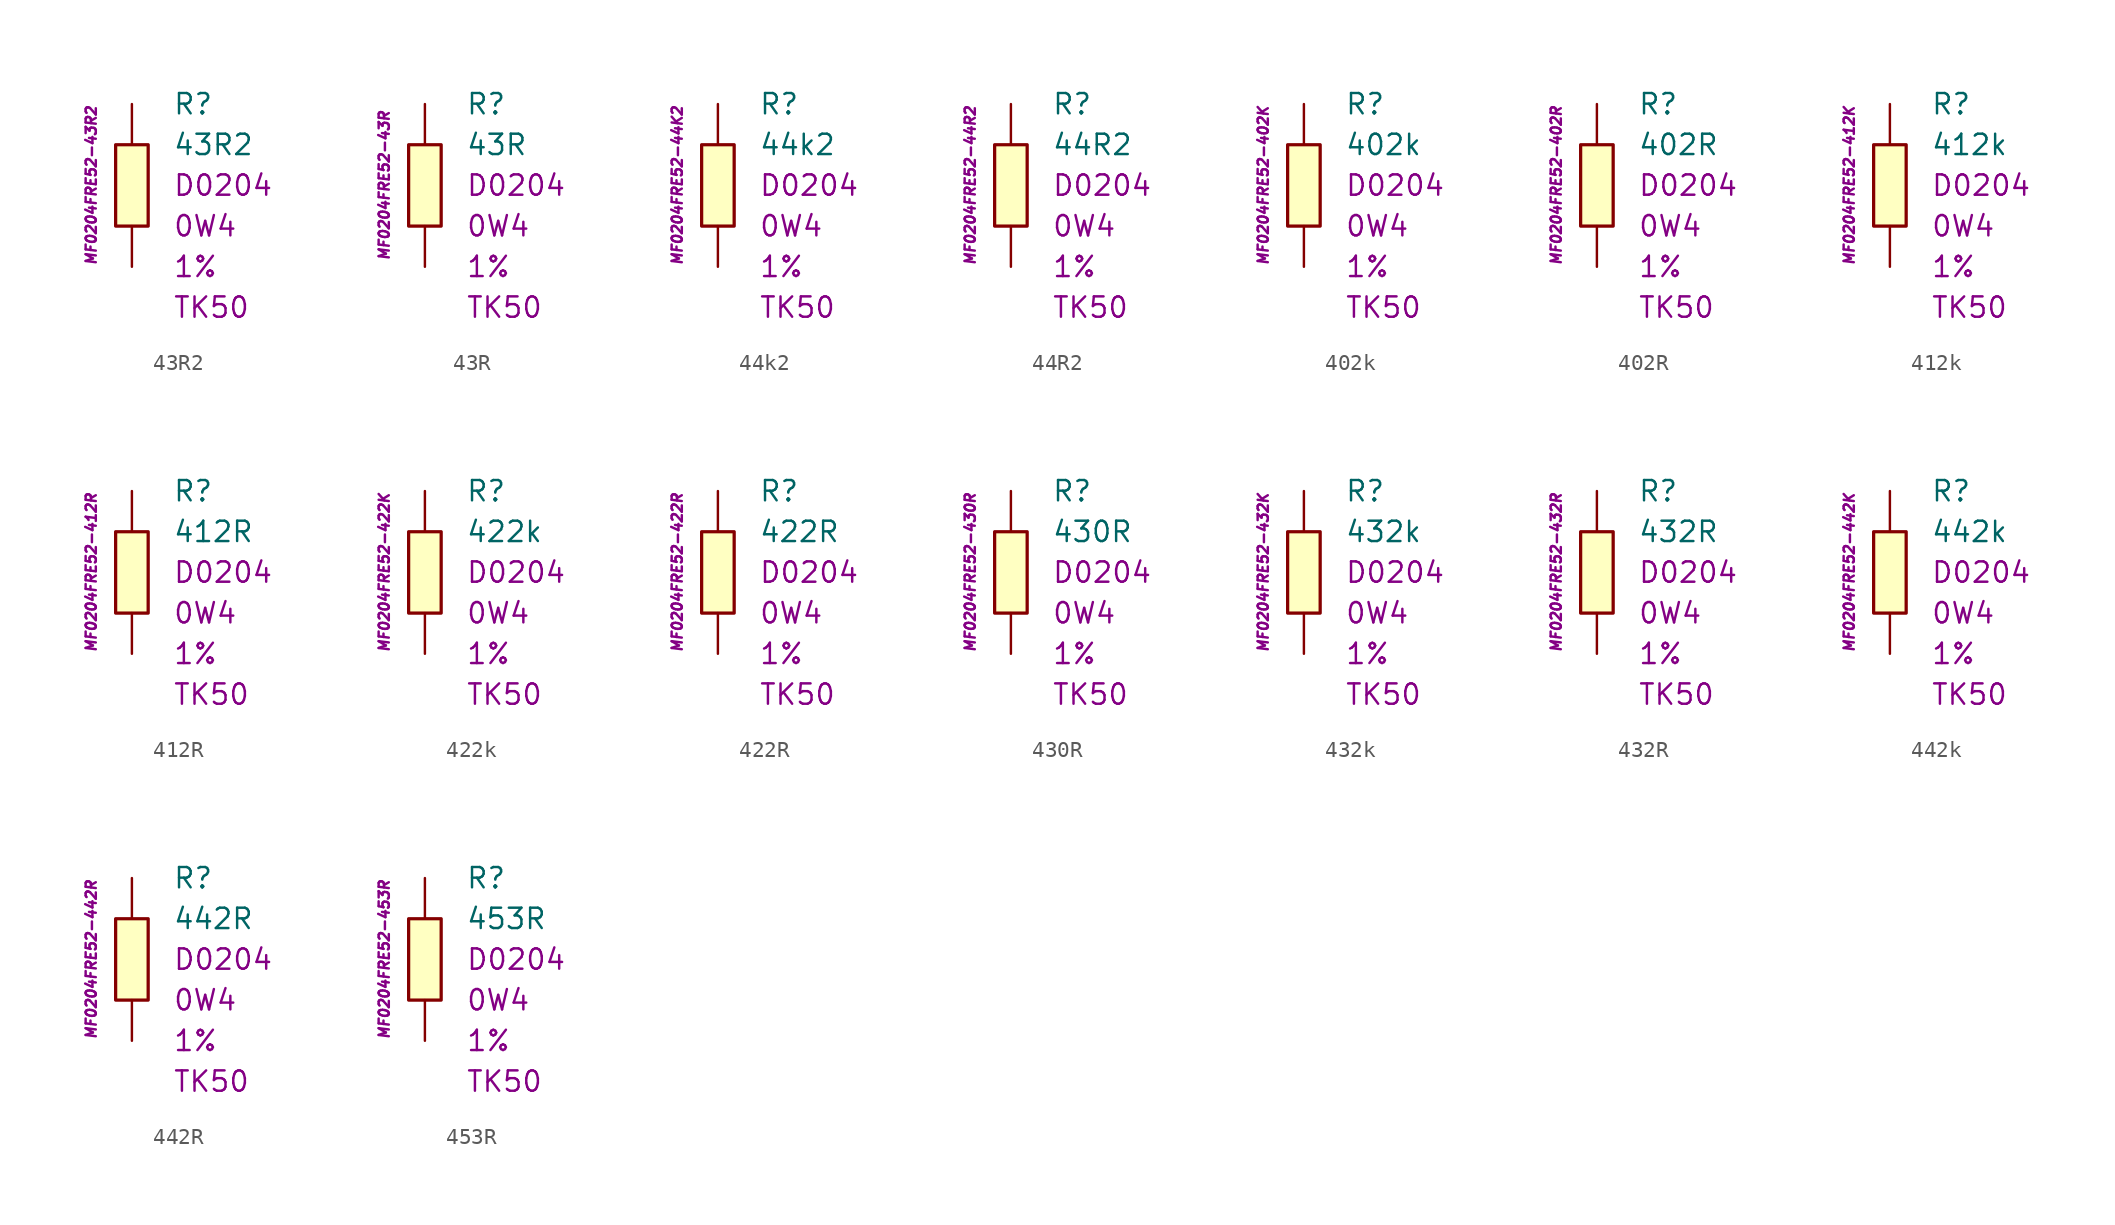
<source format=kicad_sym>
(kicad_symbol_lib
  (version 20201005)
  (generator kicad_symbol_editor)
  (symbol "43R2"
    (pin_numbers hide)
    (pin_names
      (offset 1.016) hide)
    (property "Reference" "R"
      (at 2.54 5.08 0)
      (effects (font (size 1.27 1.27)) (justify left)))
    (property "Value" "43R2"
      (at 2.54 2.54 0)
      (effects (font (size 1.27 1.27)) (justify left)))
    (property "Package" "D0204"
      (at 2.54 0 0)
      (effects (font (size 1.27 1.27)) (justify left)))
    (property "Power" "0W4"
      (at 2.54 -2.54 0)
      (effects (font (size 1.27 1.27)) (justify left)))
    (property "Tolerance" "1%"
      (at 2.54 -5.08 0)
      (effects (font (size 1.27 1.27)) (justify left)))
    (property "TK" "TK50"
      (at 2.54 -7.62 0)
      (effects (font (size 1.27 1.27)) (justify left)))
    (property "ID" "MF0204FRE52-43R2"
      (at -2.54 0 90)
      (effects (font (size 0.635 0.635) italic)))
    (symbol "43R2_0_1"
      (rectangle (start -1.016 2.54) (end 1.016 -2.54) (stroke (width 0.203)) (fill (type background))))
    (symbol "43R2_1_1"
      (pin passive line (at 0 5.08 270) (length 2.54) (name "~" (effects (font (size 1.778 1.778)))) (number "1" (effects (font (size 1.778 1.778)))))
      (pin passive line (at 0 -5.08 90) (length 2.54) (name "~" (effects (font (size 1.778 1.778)))) (number "2" (effects (font (size 1.778 1.778)))))))
  (symbol "43R"
    (pin_numbers hide)
    (pin_names
      (offset 1.016) hide)
    (property "Reference" "R"
      (at 2.54 5.08 0)
      (effects (font (size 1.27 1.27)) (justify left)))
    (property "Value" "43R"
      (at 2.54 2.54 0)
      (effects (font (size 1.27 1.27)) (justify left)))
    (property "Package" "D0204"
      (at 2.54 0 0)
      (effects (font (size 1.27 1.27)) (justify left)))
    (property "Power" "0W4"
      (at 2.54 -2.54 0)
      (effects (font (size 1.27 1.27)) (justify left)))
    (property "Tolerance" "1%"
      (at 2.54 -5.08 0)
      (effects (font (size 1.27 1.27)) (justify left)))
    (property "TK" "TK50"
      (at 2.54 -7.62 0)
      (effects (font (size 1.27 1.27)) (justify left)))
    (property "ID" "MF0204FRE52-43R"
      (at -2.54 0 90)
      (effects (font (size 0.635 0.635) italic)))
    (symbol "43R_0_1"
      (rectangle (start -1.016 2.54) (end 1.016 -2.54) (stroke (width 0.203)) (fill (type background))))
    (symbol "43R_1_1"
      (pin passive line (at 0 5.08 270) (length 2.54) (name "~" (effects (font (size 1.778 1.778)))) (number "1" (effects (font (size 1.778 1.778)))))
      (pin passive line (at 0 -5.08 90) (length 2.54) (name "~" (effects (font (size 1.778 1.778)))) (number "2" (effects (font (size 1.778 1.778)))))))
  (symbol "44k2"
    (pin_numbers hide)
    (pin_names
      (offset 1.016) hide)
    (property "Reference" "R"
      (at 2.54 5.08 0)
      (effects (font (size 1.27 1.27)) (justify left)))
    (property "Value" "44k2"
      (at 2.54 2.54 0)
      (effects (font (size 1.27 1.27)) (justify left)))
    (property "Package" "D0204"
      (at 2.54 0 0)
      (effects (font (size 1.27 1.27)) (justify left)))
    (property "Power" "0W4"
      (at 2.54 -2.54 0)
      (effects (font (size 1.27 1.27)) (justify left)))
    (property "Tolerance" "1%"
      (at 2.54 -5.08 0)
      (effects (font (size 1.27 1.27)) (justify left)))
    (property "TK" "TK50"
      (at 2.54 -7.62 0)
      (effects (font (size 1.27 1.27)) (justify left)))
    (property "ID" "MF0204FRE52-44K2"
      (at -2.54 0 90)
      (effects (font (size 0.635 0.635) italic)))
    (symbol "44k2_0_1"
      (rectangle (start -1.016 2.54) (end 1.016 -2.54) (stroke (width 0.203)) (fill (type background))))
    (symbol "44k2_1_1"
      (pin passive line (at 0 5.08 270) (length 2.54) (name "~" (effects (font (size 1.778 1.778)))) (number "1" (effects (font (size 1.778 1.778)))))
      (pin passive line (at 0 -5.08 90) (length 2.54) (name "~" (effects (font (size 1.778 1.778)))) (number "2" (effects (font (size 1.778 1.778)))))))
  (symbol "44R2"
    (pin_numbers hide)
    (pin_names
      (offset 1.016) hide)
    (property "Reference" "R"
      (at 2.54 5.08 0)
      (effects (font (size 1.27 1.27)) (justify left)))
    (property "Value" "44R2"
      (at 2.54 2.54 0)
      (effects (font (size 1.27 1.27)) (justify left)))
    (property "Package" "D0204"
      (at 2.54 0 0)
      (effects (font (size 1.27 1.27)) (justify left)))
    (property "Power" "0W4"
      (at 2.54 -2.54 0)
      (effects (font (size 1.27 1.27)) (justify left)))
    (property "Tolerance" "1%"
      (at 2.54 -5.08 0)
      (effects (font (size 1.27 1.27)) (justify left)))
    (property "TK" "TK50"
      (at 2.54 -7.62 0)
      (effects (font (size 1.27 1.27)) (justify left)))
    (property "ID" "MF0204FRE52-44R2"
      (at -2.54 0 90)
      (effects (font (size 0.635 0.635) italic)))
    (symbol "44R2_0_1"
      (rectangle (start -1.016 2.54) (end 1.016 -2.54) (stroke (width 0.203)) (fill (type background))))
    (symbol "44R2_1_1"
      (pin passive line (at 0 5.08 270) (length 2.54) (name "~" (effects (font (size 1.778 1.778)))) (number "1" (effects (font (size 1.778 1.778)))))
      (pin passive line (at 0 -5.08 90) (length 2.54) (name "~" (effects (font (size 1.778 1.778)))) (number "2" (effects (font (size 1.778 1.778)))))))
  (symbol "402k"
    (pin_numbers hide)
    (pin_names
      (offset 1.016) hide)
    (property "Reference" "R"
      (at 2.54 5.08 0)
      (effects (font (size 1.27 1.27)) (justify left)))
    (property "Value" "402k"
      (at 2.54 2.54 0)
      (effects (font (size 1.27 1.27)) (justify left)))
    (property "Package" "D0204"
      (at 2.54 0 0)
      (effects (font (size 1.27 1.27)) (justify left)))
    (property "Power" "0W4"
      (at 2.54 -2.54 0)
      (effects (font (size 1.27 1.27)) (justify left)))
    (property "Tolerance" "1%"
      (at 2.54 -5.08 0)
      (effects (font (size 1.27 1.27)) (justify left)))
    (property "TK" "TK50"
      (at 2.54 -7.62 0)
      (effects (font (size 1.27 1.27)) (justify left)))
    (property "ID" "MF0204FRE52-402K"
      (at -2.54 0 90)
      (effects (font (size 0.635 0.635) italic)))
    (symbol "402k_0_1"
      (rectangle (start -1.016 2.54) (end 1.016 -2.54) (stroke (width 0.203)) (fill (type background))))
    (symbol "402k_1_1"
      (pin passive line (at 0 5.08 270) (length 2.54) (name "~" (effects (font (size 1.778 1.778)))) (number "1" (effects (font (size 1.778 1.778)))))
      (pin passive line (at 0 -5.08 90) (length 2.54) (name "~" (effects (font (size 1.778 1.778)))) (number "2" (effects (font (size 1.778 1.778)))))))
  (symbol "402R"
    (pin_numbers hide)
    (pin_names
      (offset 1.016) hide)
    (property "Reference" "R"
      (at 2.54 5.08 0)
      (effects (font (size 1.27 1.27)) (justify left)))
    (property "Value" "402R"
      (at 2.54 2.54 0)
      (effects (font (size 1.27 1.27)) (justify left)))
    (property "Package" "D0204"
      (at 2.54 0 0)
      (effects (font (size 1.27 1.27)) (justify left)))
    (property "Power" "0W4"
      (at 2.54 -2.54 0)
      (effects (font (size 1.27 1.27)) (justify left)))
    (property "Tolerance" "1%"
      (at 2.54 -5.08 0)
      (effects (font (size 1.27 1.27)) (justify left)))
    (property "TK" "TK50"
      (at 2.54 -7.62 0)
      (effects (font (size 1.27 1.27)) (justify left)))
    (property "ID" "MF0204FRE52-402R"
      (at -2.54 0 90)
      (effects (font (size 0.635 0.635) italic)))
    (symbol "402R_0_1"
      (rectangle (start -1.016 2.54) (end 1.016 -2.54) (stroke (width 0.203)) (fill (type background))))
    (symbol "402R_1_1"
      (pin passive line (at 0 5.08 270) (length 2.54) (name "~" (effects (font (size 1.778 1.778)))) (number "1" (effects (font (size 1.778 1.778)))))
      (pin passive line (at 0 -5.08 90) (length 2.54) (name "~" (effects (font (size 1.778 1.778)))) (number "2" (effects (font (size 1.778 1.778)))))))
  (symbol "412k"
    (pin_numbers hide)
    (pin_names
      (offset 1.016) hide)
    (property "Reference" "R"
      (at 2.54 5.08 0)
      (effects (font (size 1.27 1.27)) (justify left)))
    (property "Value" "412k"
      (at 2.54 2.54 0)
      (effects (font (size 1.27 1.27)) (justify left)))
    (property "Package" "D0204"
      (at 2.54 0 0)
      (effects (font (size 1.27 1.27)) (justify left)))
    (property "Power" "0W4"
      (at 2.54 -2.54 0)
      (effects (font (size 1.27 1.27)) (justify left)))
    (property "Tolerance" "1%"
      (at 2.54 -5.08 0)
      (effects (font (size 1.27 1.27)) (justify left)))
    (property "TK" "TK50"
      (at 2.54 -7.62 0)
      (effects (font (size 1.27 1.27)) (justify left)))
    (property "ID" "MF0204FRE52-412K"
      (at -2.54 0 90)
      (effects (font (size 0.635 0.635) italic)))
    (symbol "412k_0_1"
      (rectangle (start -1.016 2.54) (end 1.016 -2.54) (stroke (width 0.203)) (fill (type background))))
    (symbol "412k_1_1"
      (pin passive line (at 0 5.08 270) (length 2.54) (name "~" (effects (font (size 1.778 1.778)))) (number "1" (effects (font (size 1.778 1.778)))))
      (pin passive line (at 0 -5.08 90) (length 2.54) (name "~" (effects (font (size 1.778 1.778)))) (number "2" (effects (font (size 1.778 1.778)))))))
  (symbol "412R"
    (pin_numbers hide)
    (pin_names
      (offset 1.016) hide)
    (property "Reference" "R"
      (at 2.54 5.08 0)
      (effects (font (size 1.27 1.27)) (justify left)))
    (property "Value" "412R"
      (at 2.54 2.54 0)
      (effects (font (size 1.27 1.27)) (justify left)))
    (property "Package" "D0204"
      (at 2.54 0 0)
      (effects (font (size 1.27 1.27)) (justify left)))
    (property "Power" "0W4"
      (at 2.54 -2.54 0)
      (effects (font (size 1.27 1.27)) (justify left)))
    (property "Tolerance" "1%"
      (at 2.54 -5.08 0)
      (effects (font (size 1.27 1.27)) (justify left)))
    (property "TK" "TK50"
      (at 2.54 -7.62 0)
      (effects (font (size 1.27 1.27)) (justify left)))
    (property "ID" "MF0204FRE52-412R"
      (at -2.54 0 90)
      (effects (font (size 0.635 0.635) italic)))
    (symbol "412R_0_1"
      (rectangle (start -1.016 2.54) (end 1.016 -2.54) (stroke (width 0.203)) (fill (type background))))
    (symbol "412R_1_1"
      (pin passive line (at 0 5.08 270) (length 2.54) (name "~" (effects (font (size 1.778 1.778)))) (number "1" (effects (font (size 1.778 1.778)))))
      (pin passive line (at 0 -5.08 90) (length 2.54) (name "~" (effects (font (size 1.778 1.778)))) (number "2" (effects (font (size 1.778 1.778)))))))
  (symbol "422k"
    (pin_numbers hide)
    (pin_names
      (offset 1.016) hide)
    (property "Reference" "R"
      (at 2.54 5.08 0)
      (effects (font (size 1.27 1.27)) (justify left)))
    (property "Value" "422k"
      (at 2.54 2.54 0)
      (effects (font (size 1.27 1.27)) (justify left)))
    (property "Package" "D0204"
      (at 2.54 0 0)
      (effects (font (size 1.27 1.27)) (justify left)))
    (property "Power" "0W4"
      (at 2.54 -2.54 0)
      (effects (font (size 1.27 1.27)) (justify left)))
    (property "Tolerance" "1%"
      (at 2.54 -5.08 0)
      (effects (font (size 1.27 1.27)) (justify left)))
    (property "TK" "TK50"
      (at 2.54 -7.62 0)
      (effects (font (size 1.27 1.27)) (justify left)))
    (property "ID" "MF0204FRE52-422K"
      (at -2.54 0 90)
      (effects (font (size 0.635 0.635) italic)))
    (symbol "422k_0_1"
      (rectangle (start -1.016 2.54) (end 1.016 -2.54) (stroke (width 0.203)) (fill (type background))))
    (symbol "422k_1_1"
      (pin passive line (at 0 5.08 270) (length 2.54) (name "~" (effects (font (size 1.778 1.778)))) (number "1" (effects (font (size 1.778 1.778)))))
      (pin passive line (at 0 -5.08 90) (length 2.54) (name "~" (effects (font (size 1.778 1.778)))) (number "2" (effects (font (size 1.778 1.778)))))))
  (symbol "422R"
    (pin_numbers hide)
    (pin_names
      (offset 1.016) hide)
    (property "Reference" "R"
      (at 2.54 5.08 0)
      (effects (font (size 1.27 1.27)) (justify left)))
    (property "Value" "422R"
      (at 2.54 2.54 0)
      (effects (font (size 1.27 1.27)) (justify left)))
    (property "Package" "D0204"
      (at 2.54 0 0)
      (effects (font (size 1.27 1.27)) (justify left)))
    (property "Power" "0W4"
      (at 2.54 -2.54 0)
      (effects (font (size 1.27 1.27)) (justify left)))
    (property "Tolerance" "1%"
      (at 2.54 -5.08 0)
      (effects (font (size 1.27 1.27)) (justify left)))
    (property "TK" "TK50"
      (at 2.54 -7.62 0)
      (effects (font (size 1.27 1.27)) (justify left)))
    (property "ID" "MF0204FRE52-422R"
      (at -2.54 0 90)
      (effects (font (size 0.635 0.635) italic)))
    (symbol "422R_0_1"
      (rectangle (start -1.016 2.54) (end 1.016 -2.54) (stroke (width 0.203)) (fill (type background))))
    (symbol "422R_1_1"
      (pin passive line (at 0 5.08 270) (length 2.54) (name "~" (effects (font (size 1.778 1.778)))) (number "1" (effects (font (size 1.778 1.778)))))
      (pin passive line (at 0 -5.08 90) (length 2.54) (name "~" (effects (font (size 1.778 1.778)))) (number "2" (effects (font (size 1.778 1.778)))))))
  (symbol "430R"
    (pin_numbers hide)
    (pin_names
      (offset 1.016) hide)
    (property "Reference" "R"
      (at 2.54 5.08 0)
      (effects (font (size 1.27 1.27)) (justify left)))
    (property "Value" "430R"
      (at 2.54 2.54 0)
      (effects (font (size 1.27 1.27)) (justify left)))
    (property "Package" "D0204"
      (at 2.54 0 0)
      (effects (font (size 1.27 1.27)) (justify left)))
    (property "Power" "0W4"
      (at 2.54 -2.54 0)
      (effects (font (size 1.27 1.27)) (justify left)))
    (property "Tolerance" "1%"
      (at 2.54 -5.08 0)
      (effects (font (size 1.27 1.27)) (justify left)))
    (property "TK" "TK50"
      (at 2.54 -7.62 0)
      (effects (font (size 1.27 1.27)) (justify left)))
    (property "ID" "MF0204FRE52-430R"
      (at -2.54 0 90)
      (effects (font (size 0.635 0.635) italic)))
    (symbol "430R_0_1"
      (rectangle (start -1.016 2.54) (end 1.016 -2.54) (stroke (width 0.203)) (fill (type background))))
    (symbol "430R_1_1"
      (pin passive line (at 0 5.08 270) (length 2.54) (name "~" (effects (font (size 1.778 1.778)))) (number "1" (effects (font (size 1.778 1.778)))))
      (pin passive line (at 0 -5.08 90) (length 2.54) (name "~" (effects (font (size 1.778 1.778)))) (number "2" (effects (font (size 1.778 1.778)))))))
  (symbol "432k"
    (pin_numbers hide)
    (pin_names
      (offset 1.016) hide)
    (property "Reference" "R"
      (at 2.54 5.08 0)
      (effects (font (size 1.27 1.27)) (justify left)))
    (property "Value" "432k"
      (at 2.54 2.54 0)
      (effects (font (size 1.27 1.27)) (justify left)))
    (property "Package" "D0204"
      (at 2.54 0 0)
      (effects (font (size 1.27 1.27)) (justify left)))
    (property "Power" "0W4"
      (at 2.54 -2.54 0)
      (effects (font (size 1.27 1.27)) (justify left)))
    (property "Tolerance" "1%"
      (at 2.54 -5.08 0)
      (effects (font (size 1.27 1.27)) (justify left)))
    (property "TK" "TK50"
      (at 2.54 -7.62 0)
      (effects (font (size 1.27 1.27)) (justify left)))
    (property "ID" "MF0204FRE52-432K"
      (at -2.54 0 90)
      (effects (font (size 0.635 0.635) italic)))
    (symbol "432k_0_1"
      (rectangle (start -1.016 2.54) (end 1.016 -2.54) (stroke (width 0.203)) (fill (type background))))
    (symbol "432k_1_1"
      (pin passive line (at 0 5.08 270) (length 2.54) (name "~" (effects (font (size 1.778 1.778)))) (number "1" (effects (font (size 1.778 1.778)))))
      (pin passive line (at 0 -5.08 90) (length 2.54) (name "~" (effects (font (size 1.778 1.778)))) (number "2" (effects (font (size 1.778 1.778)))))))
  (symbol "432R"
    (pin_numbers hide)
    (pin_names
      (offset 1.016) hide)
    (property "Reference" "R"
      (at 2.54 5.08 0)
      (effects (font (size 1.27 1.27)) (justify left)))
    (property "Value" "432R"
      (at 2.54 2.54 0)
      (effects (font (size 1.27 1.27)) (justify left)))
    (property "Package" "D0204"
      (at 2.54 0 0)
      (effects (font (size 1.27 1.27)) (justify left)))
    (property "Power" "0W4"
      (at 2.54 -2.54 0)
      (effects (font (size 1.27 1.27)) (justify left)))
    (property "Tolerance" "1%"
      (at 2.54 -5.08 0)
      (effects (font (size 1.27 1.27)) (justify left)))
    (property "TK" "TK50"
      (at 2.54 -7.62 0)
      (effects (font (size 1.27 1.27)) (justify left)))
    (property "ID" "MF0204FRE52-432R"
      (at -2.54 0 90)
      (effects (font (size 0.635 0.635) italic)))
    (symbol "432R_0_1"
      (rectangle (start -1.016 2.54) (end 1.016 -2.54) (stroke (width 0.203)) (fill (type background))))
    (symbol "432R_1_1"
      (pin passive line (at 0 5.08 270) (length 2.54) (name "~" (effects (font (size 1.778 1.778)))) (number "1" (effects (font (size 1.778 1.778)))))
      (pin passive line (at 0 -5.08 90) (length 2.54) (name "~" (effects (font (size 1.778 1.778)))) (number "2" (effects (font (size 1.778 1.778)))))))
  (symbol "442k"
    (pin_numbers hide)
    (pin_names
      (offset 1.016) hide)
    (property "Reference" "R"
      (at 2.54 5.08 0)
      (effects (font (size 1.27 1.27)) (justify left)))
    (property "Value" "442k"
      (at 2.54 2.54 0)
      (effects (font (size 1.27 1.27)) (justify left)))
    (property "Package" "D0204"
      (at 2.54 0 0)
      (effects (font (size 1.27 1.27)) (justify left)))
    (property "Power" "0W4"
      (at 2.54 -2.54 0)
      (effects (font (size 1.27 1.27)) (justify left)))
    (property "Tolerance" "1%"
      (at 2.54 -5.08 0)
      (effects (font (size 1.27 1.27)) (justify left)))
    (property "TK" "TK50"
      (at 2.54 -7.62 0)
      (effects (font (size 1.27 1.27)) (justify left)))
    (property "ID" "MF0204FRE52-442K"
      (at -2.54 0 90)
      (effects (font (size 0.635 0.635) italic)))
    (symbol "442k_0_1"
      (rectangle (start -1.016 2.54) (end 1.016 -2.54) (stroke (width 0.203)) (fill (type background))))
    (symbol "442k_1_1"
      (pin passive line (at 0 5.08 270) (length 2.54) (name "~" (effects (font (size 1.778 1.778)))) (number "1" (effects (font (size 1.778 1.778)))))
      (pin passive line (at 0 -5.08 90) (length 2.54) (name "~" (effects (font (size 1.778 1.778)))) (number "2" (effects (font (size 1.778 1.778)))))))
  (symbol "442R"
    (pin_numbers hide)
    (pin_names
      (offset 1.016) hide)
    (property "Reference" "R"
      (at 2.54 5.08 0)
      (effects (font (size 1.27 1.27)) (justify left)))
    (property "Value" "442R"
      (at 2.54 2.54 0)
      (effects (font (size 1.27 1.27)) (justify left)))
    (property "Package" "D0204"
      (at 2.54 0 0)
      (effects (font (size 1.27 1.27)) (justify left)))
    (property "Power" "0W4"
      (at 2.54 -2.54 0)
      (effects (font (size 1.27 1.27)) (justify left)))
    (property "Tolerance" "1%"
      (at 2.54 -5.08 0)
      (effects (font (size 1.27 1.27)) (justify left)))
    (property "TK" "TK50"
      (at 2.54 -7.62 0)
      (effects (font (size 1.27 1.27)) (justify left)))
    (property "ID" "MF0204FRE52-442R"
      (at -2.54 0 90)
      (effects (font (size 0.635 0.635) italic)))
    (symbol "442R_0_1"
      (rectangle (start -1.016 2.54) (end 1.016 -2.54) (stroke (width 0.203)) (fill (type background))))
    (symbol "442R_1_1"
      (pin passive line (at 0 5.08 270) (length 2.54) (name "~" (effects (font (size 1.778 1.778)))) (number "1" (effects (font (size 1.778 1.778)))))
      (pin passive line (at 0 -5.08 90) (length 2.54) (name "~" (effects (font (size 1.778 1.778)))) (number "2" (effects (font (size 1.778 1.778)))))))
  (symbol "453R"
    (pin_numbers hide)
    (pin_names
      (offset 1.016) hide)
    (property "Reference" "R"
      (at 2.54 5.08 0)
      (effects (font (size 1.27 1.27)) (justify left)))
    (property "Value" "453R"
      (at 2.54 2.54 0)
      (effects (font (size 1.27 1.27)) (justify left)))
    (property "Package" "D0204"
      (at 2.54 0 0)
      (effects (font (size 1.27 1.27)) (justify left)))
    (property "Power" "0W4"
      (at 2.54 -2.54 0)
      (effects (font (size 1.27 1.27)) (justify left)))
    (property "Tolerance" "1%"
      (at 2.54 -5.08 0)
      (effects (font (size 1.27 1.27)) (justify left)))
    (property "TK" "TK50"
      (at 2.54 -7.62 0)
      (effects (font (size 1.27 1.27)) (justify left)))
    (property "ID" "MF0204FRE52-453R"
      (at -2.54 0 90)
      (effects (font (size 0.635 0.635) italic)))
    (symbol "453R_0_1"
      (rectangle (start -1.016 2.54) (end 1.016 -2.54) (stroke (width 0.203)) (fill (type background))))
    (symbol "453R_1_1"
      (pin passive line (at 0 5.08 270) (length 2.54) (name "~" (effects (font (size 1.778 1.778)))) (number "1" (effects (font (size 1.778 1.778)))))
      (pin passive line (at 0 -5.08 90) (length 2.54) (name "~" (effects (font (size 1.778 1.778)))) (number "2" (effects (font (size 1.778 1.778))))))))
</source>
